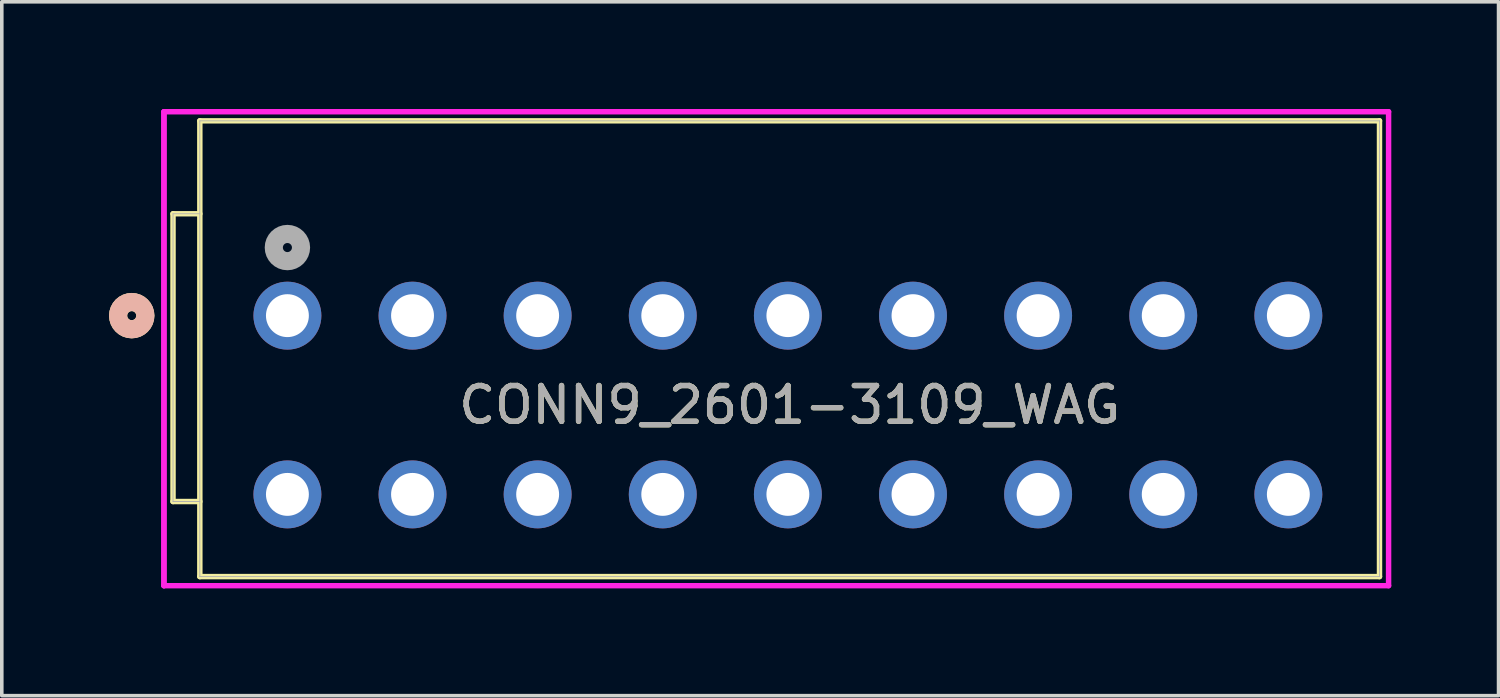
<source format=kicad_pcb>
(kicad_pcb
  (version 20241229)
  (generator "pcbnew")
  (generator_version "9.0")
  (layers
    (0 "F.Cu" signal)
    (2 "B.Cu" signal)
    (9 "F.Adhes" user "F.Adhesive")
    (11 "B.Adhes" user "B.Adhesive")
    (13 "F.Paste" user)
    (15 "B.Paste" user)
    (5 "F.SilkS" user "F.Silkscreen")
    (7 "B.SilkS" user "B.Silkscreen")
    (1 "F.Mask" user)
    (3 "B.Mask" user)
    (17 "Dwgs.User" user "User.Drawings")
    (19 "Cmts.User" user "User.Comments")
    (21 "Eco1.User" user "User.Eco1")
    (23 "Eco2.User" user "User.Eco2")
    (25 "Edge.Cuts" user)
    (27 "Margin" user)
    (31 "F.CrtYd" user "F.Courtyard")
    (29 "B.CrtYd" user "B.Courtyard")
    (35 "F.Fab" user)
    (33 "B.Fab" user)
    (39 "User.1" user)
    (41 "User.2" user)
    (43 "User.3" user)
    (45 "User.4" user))
  (footprint "CONN9_2601-3109_WAG"
    (layer "F.Cu")
    (at 4.99 5.78)
    (property "Reference" "CONN9_2601-3109_WAG" (at 14.05 2.5 0) (unlocked yes) (layer "F.SilkS") (effects (font (size 1 1) (thickness 0.15))))
    (attr through_hole)
    (fp_line (start -3.2 5.2) (end -3.2 -2.85) (stroke (width 0.152) (type solid)) (layer "F.SilkS"))
    (fp_line (start -2.45 -5.45) (end 30.55 -5.45) (stroke (width 0.152) (type solid)) (layer "F.SilkS"))
    (fp_line (start -2.45 7.3) (end -2.45 -5.45) (stroke (width 0.152) (type solid)) (layer "F.SilkS"))
    (fp_line (start -2.45 7.3) (end 30.55 7.3) (stroke (width 0.152) (type solid)) (layer "F.SilkS"))
    (fp_line (start -2.45 -2.85) (end -3.2 -2.85) (stroke (width 0.152) (type solid)) (layer "F.SilkS"))
    (fp_line (start -2.45 5.2) (end -3.2 5.2) (stroke (width 0.152) (type solid)) (layer "F.SilkS"))
    (fp_line (start 30.55 -5.45) (end 30.55 7.3) (stroke (width 0.152) (type solid)) (layer "F.SilkS"))
    (fp_circle (center -4.355 0) (end -3.974 0) (stroke (width 0.508) (type solid)) (fill no) (layer "F.SilkS"))
    (fp_circle (center -4.355 0) (end -3.974 0) (stroke (width 0.508) (type solid)) (fill no) (layer "B.SilkS"))
    (fp_line (start -3.454 -5.704) (end -3.454 7.554) (stroke (width 0.152) (type solid)) (layer "F.CrtYd"))
    (fp_line (start -3.454 -5.704) (end -3.454 7.554) (stroke (width 0.152) (type solid)) (layer "F.CrtYd"))
    (fp_line (start -3.454 7.554) (end 30.804 7.554) (stroke (width 0.152) (type solid)) (layer "F.CrtYd"))
    (fp_line (start 30.804 -5.704) (end -3.454 -5.704) (stroke (width 0.152) (type solid)) (layer "F.CrtYd"))
    (fp_line (start 30.804 7.554) (end 30.804 -5.704) (stroke (width 0.152) (type solid)) (layer "F.CrtYd"))
    (fp_line (start -3.2 5.2) (end -3.2 -2.85) (stroke (width 0.025) (type solid)) (layer "F.Fab"))
    (fp_line (start -2.45 -5.45) (end 30.55 -5.45) (stroke (width 0.025) (type solid)) (layer "F.Fab"))
    (fp_line (start -2.45 7.3) (end -2.45 -5.45) (stroke (width 0.025) (type solid)) (layer "F.Fab"))
    (fp_line (start -2.45 7.3) (end 30.55 7.3) (stroke (width 0.025) (type solid)) (layer "F.Fab"))
    (fp_line (start -2.45 -2.85) (end -3.2 -2.85) (stroke (width 0.025) (type solid)) (layer "F.Fab"))
    (fp_line (start -2.45 5.2) (end -3.2 5.2) (stroke (width 0.025) (type solid)) (layer "F.Fab"))
    (fp_line (start 30.55 -5.45) (end 30.55 7.3) (stroke (width 0.025) (type solid)) (layer "F.Fab"))
    (fp_circle (center 0 -1.905) (end 0.381 -1.905) (stroke (width 0.508) (type solid)) (fill no) (layer "F.Fab"))
    (fp_text user "${REFERENCE}" (at 14.05 2.5 0) (unlocked yes) (layer "F.Fab") (effects (font (size 1 1) (thickness 0.15))))
    (pad "1" thru_hole circle (at 0 0) (size 1.9 1.9) (drill 1.2) (layers "*.Cu" "*.Mask"))
    (pad "2" thru_hole circle (at 0 5) (size 1.9 1.9) (drill 1.2) (layers "*.Cu" "*.Mask"))
    (pad "3" thru_hole circle (at 3.5 0) (size 1.9 1.9) (drill 1.2) (layers "*.Cu" "*.Mask"))
    (pad "4" thru_hole circle (at 3.5 5) (size 1.9 1.9) (drill 1.2) (layers "*.Cu" "*.Mask"))
    (pad "5" thru_hole circle (at 7 0) (size 1.9 1.9) (drill 1.2) (layers "*.Cu" "*.Mask"))
    (pad "6" thru_hole circle (at 7 5) (size 1.9 1.9) (drill 1.2) (layers "*.Cu" "*.Mask"))
    (pad "7" thru_hole circle (at 10.5 0) (size 1.9 1.9) (drill 1.2) (layers "*.Cu" "*.Mask"))
    (pad "8" thru_hole circle (at 10.5 5) (size 1.9 1.9) (drill 1.2) (layers "*.Cu" "*.Mask"))
    (pad "9" thru_hole circle (at 14 0) (size 1.9 1.9) (drill 1.2) (layers "*.Cu" "*.Mask"))
    (pad "10" thru_hole circle (at 14 5) (size 1.9 1.9) (drill 1.2) (layers "*.Cu" "*.Mask"))
    (pad "11" thru_hole circle (at 17.5 0) (size 1.9 1.9) (drill 1.2) (layers "*.Cu" "*.Mask"))
    (pad "12" thru_hole circle (at 17.5 5) (size 1.9 1.9) (drill 1.2) (layers "*.Cu" "*.Mask"))
    (pad "13" thru_hole circle (at 21 0) (size 1.9 1.9) (drill 1.2) (layers "*.Cu" "*.Mask"))
    (pad "14" thru_hole circle (at 21 5) (size 1.9 1.9) (drill 1.2) (layers "*.Cu" "*.Mask"))
    (pad "15" thru_hole circle (at 24.5 0) (size 1.9 1.9) (drill 1.2) (layers "*.Cu" "*.Mask"))
    (pad "16" thru_hole circle (at 24.5 5) (size 1.9 1.9) (drill 1.2) (layers "*.Cu" "*.Mask"))
    (pad "17" thru_hole circle (at 28 0) (size 1.9 1.9) (drill 1.2) (layers "*.Cu" "*.Mask"))
    (pad "18" thru_hole circle (at 28 5) (size 1.9 1.9) (drill 1.2) (layers "*.Cu" "*.Mask")))
  (gr_rect
    (start -3 -3)
    (end 38.87 16.41)
    (stroke (width 0.1) (type default))
    (fill no)
    (layer "Edge.Cuts")))
</source>
